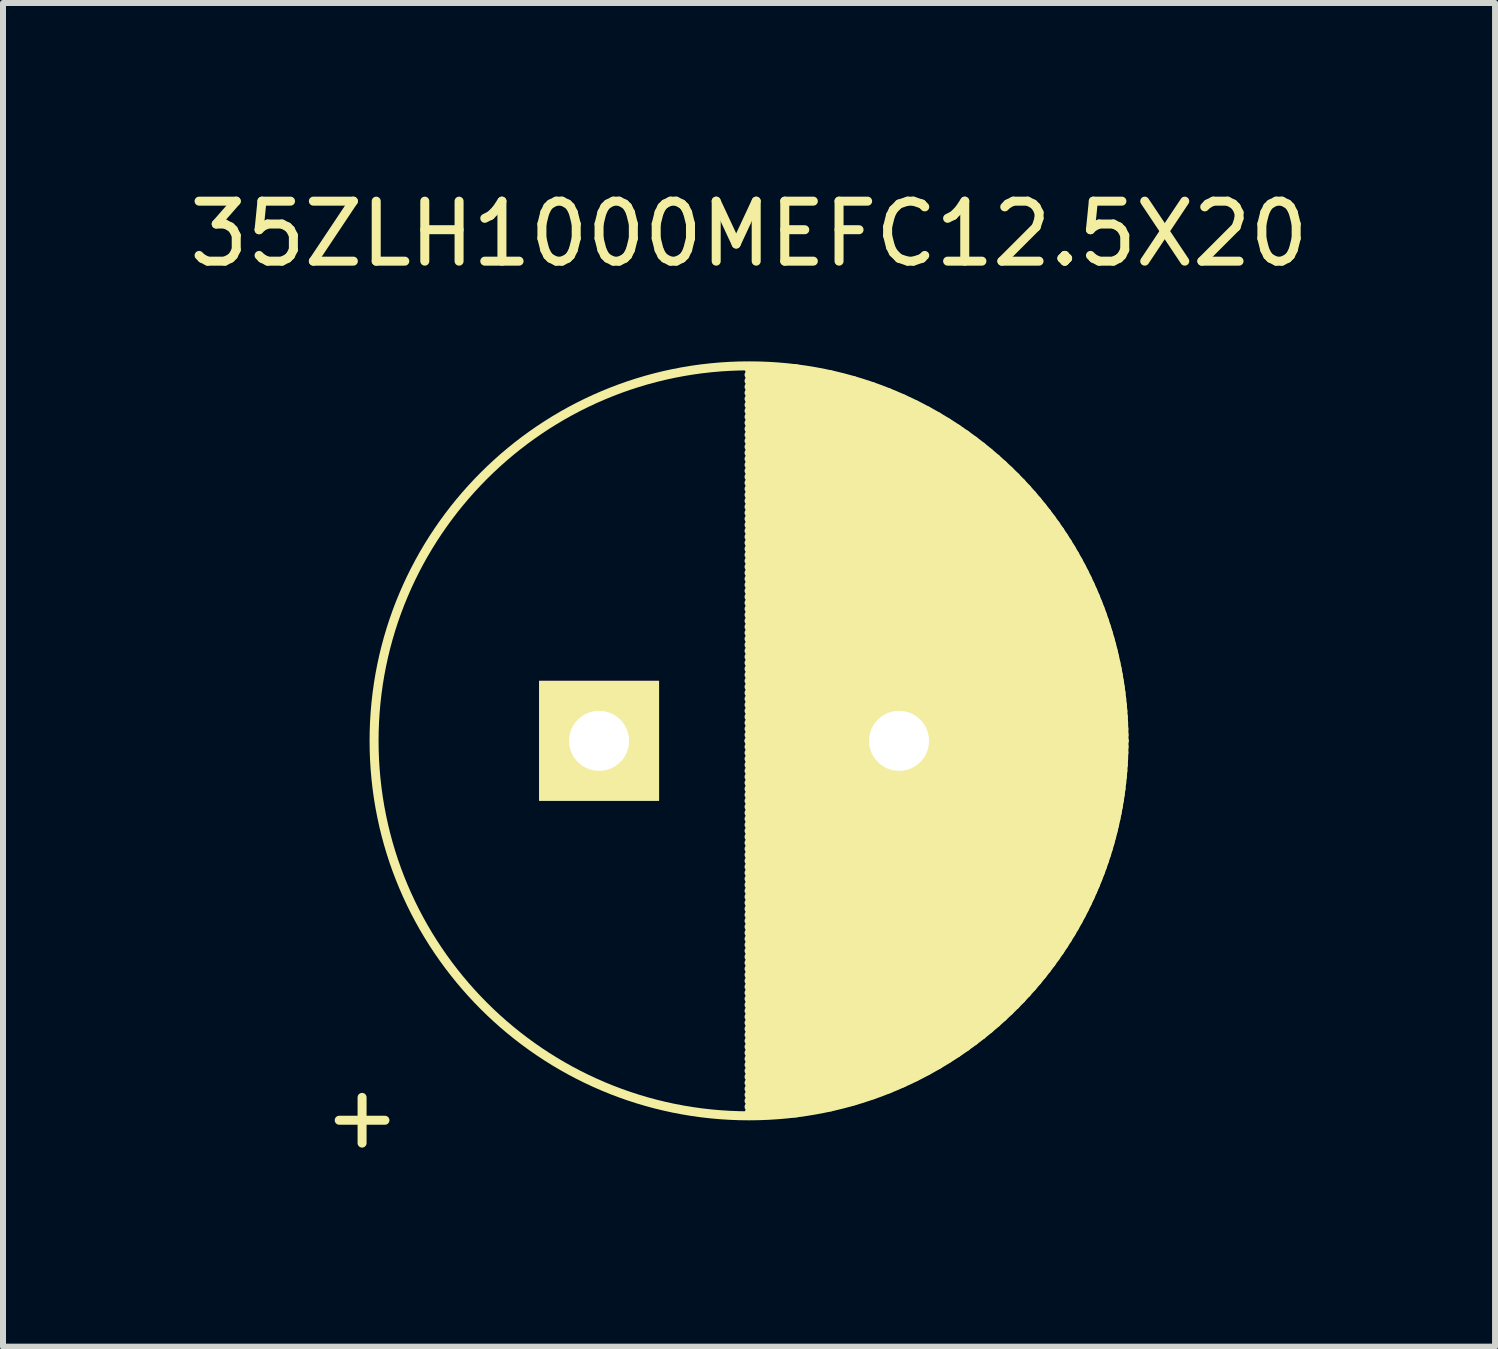
<source format=kicad_pcb>
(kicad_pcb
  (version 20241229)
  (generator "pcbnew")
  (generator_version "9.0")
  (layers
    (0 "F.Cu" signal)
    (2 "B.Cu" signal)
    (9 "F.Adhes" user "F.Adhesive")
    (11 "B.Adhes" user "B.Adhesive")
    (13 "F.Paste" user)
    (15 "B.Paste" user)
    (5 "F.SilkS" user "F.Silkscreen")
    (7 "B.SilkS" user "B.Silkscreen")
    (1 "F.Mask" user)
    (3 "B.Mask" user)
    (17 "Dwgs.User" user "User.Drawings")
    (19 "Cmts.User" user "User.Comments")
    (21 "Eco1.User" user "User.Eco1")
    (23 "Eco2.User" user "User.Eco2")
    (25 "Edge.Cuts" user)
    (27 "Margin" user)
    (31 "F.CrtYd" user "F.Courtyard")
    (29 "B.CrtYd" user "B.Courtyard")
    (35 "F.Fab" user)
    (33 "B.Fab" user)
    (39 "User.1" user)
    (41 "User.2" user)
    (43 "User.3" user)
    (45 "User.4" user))
  (footprint "35ZLH1000MEFC12.5X20"
    (layer "F.Cu")
    (at 6.935 9.298)
    (property "Reference" "35ZLH1000MEFC12.5X20" (at 2.5 -8.45 0) (layer "F.SilkS") (effects (font (size 1 1) (thickness 0.15))))
    (attr through_hole)
    (fp_line (start 2.5 -6.2) (end 3.289 -6.2) (stroke (width 0.15) (type solid)) (layer "F.SilkS"))
    (fp_line (start 2.5 -6.1) (end 3.861 -6.1) (stroke (width 0.15) (type solid)) (layer "F.SilkS"))
    (fp_line (start 2.5 -6) (end 4.25 -6) (stroke (width 0.15) (type solid)) (layer "F.SilkS"))
    (fp_line (start 2.5 -5.9) (end 4.562 -5.9) (stroke (width 0.15) (type solid)) (layer "F.SilkS"))
    (fp_line (start 2.5 -5.8) (end 4.829 -5.8) (stroke (width 0.15) (type solid)) (layer "F.SilkS"))
    (fp_line (start 2.5 -5.7) (end 5.064 -5.7) (stroke (width 0.15) (type solid)) (layer "F.SilkS"))
    (fp_line (start 2.5 -5.6) (end 5.275 -5.6) (stroke (width 0.15) (type solid)) (layer "F.SilkS"))
    (fp_line (start 2.5 -5.5) (end 5.469 -5.5) (stroke (width 0.15) (type solid)) (layer "F.SilkS"))
    (fp_line (start 2.5 -5.4) (end 5.647 -5.4) (stroke (width 0.15) (type solid)) (layer "F.SilkS"))
    (fp_line (start 2.5 -5.3) (end 5.812 -5.3) (stroke (width 0.15) (type solid)) (layer "F.SilkS"))
    (fp_line (start 2.5 -5.2) (end 5.967 -5.2) (stroke (width 0.15) (type solid)) (layer "F.SilkS"))
    (fp_line (start 2.5 -5.1) (end 6.113 -5.1) (stroke (width 0.15) (type solid)) (layer "F.SilkS"))
    (fp_line (start 2.5 -5) (end 6.25 -5) (stroke (width 0.15) (type solid)) (layer "F.SilkS"))
    (fp_line (start 2.5 -4.9) (end 6.38 -4.9) (stroke (width 0.15) (type solid)) (layer "F.SilkS"))
    (fp_line (start 2.5 -4.8) (end 6.503 -4.8) (stroke (width 0.15) (type solid)) (layer "F.SilkS"))
    (fp_line (start 2.5 -4.7) (end 6.62 -4.7) (stroke (width 0.15) (type solid)) (layer "F.SilkS"))
    (fp_line (start 2.5 -4.6) (end 6.731 -4.6) (stroke (width 0.15) (type solid)) (layer "F.SilkS"))
    (fp_line (start 2.5 -4.5) (end 6.837 -4.5) (stroke (width 0.15) (type solid)) (layer "F.SilkS"))
    (fp_line (start 2.5 -4.4) (end 6.939 -4.4) (stroke (width 0.15) (type solid)) (layer "F.SilkS"))
    (fp_line (start 2.5 -4.3) (end 7.036 -4.3) (stroke (width 0.15) (type solid)) (layer "F.SilkS"))
    (fp_line (start 2.5 -4.2) (end 7.128 -4.2) (stroke (width 0.15) (type solid)) (layer "F.SilkS"))
    (fp_line (start 2.5 -4.1) (end 7.217 -4.1) (stroke (width 0.15) (type solid)) (layer "F.SilkS"))
    (fp_line (start 2.5 -4) (end 7.302 -4) (stroke (width 0.15) (type solid)) (layer "F.SilkS"))
    (fp_line (start 2.5 -3.9) (end 7.384 -3.9) (stroke (width 0.15) (type solid)) (layer "F.SilkS"))
    (fp_line (start 2.5 -3.8) (end 7.462 -3.8) (stroke (width 0.15) (type solid)) (layer "F.SilkS"))
    (fp_line (start 2.5 -3.7) (end 7.537 -3.7) (stroke (width 0.15) (type solid)) (layer "F.SilkS"))
    (fp_line (start 2.5 -3.6) (end 7.609 -3.6) (stroke (width 0.15) (type solid)) (layer "F.SilkS"))
    (fp_line (start 2.5 -3.5) (end 7.678 -3.5) (stroke (width 0.15) (type solid)) (layer "F.SilkS"))
    (fp_line (start 2.5 -3.4) (end 7.744 -3.4) (stroke (width 0.15) (type solid)) (layer "F.SilkS"))
    (fp_line (start 2.5 -3.3) (end 7.808 -3.3) (stroke (width 0.15) (type solid)) (layer "F.SilkS"))
    (fp_line (start 2.5 -3.2) (end 7.869 -3.2) (stroke (width 0.15) (type solid)) (layer "F.SilkS"))
    (fp_line (start 2.5 -3.1) (end 7.927 -3.1) (stroke (width 0.15) (type solid)) (layer "F.SilkS"))
    (fp_line (start 2.5 -3) (end 7.983 -3) (stroke (width 0.15) (type solid)) (layer "F.SilkS"))
    (fp_line (start 2.5 -2.9) (end 8.036 -2.9) (stroke (width 0.15) (type solid)) (layer "F.SilkS"))
    (fp_line (start 2.5 -2.8) (end 8.088 -2.8) (stroke (width 0.15) (type solid)) (layer "F.SilkS"))
    (fp_line (start 2.5 -2.7) (end 8.137 -2.7) (stroke (width 0.15) (type solid)) (layer "F.SilkS"))
    (fp_line (start 2.5 -2.6) (end 8.184 -2.6) (stroke (width 0.15) (type solid)) (layer "F.SilkS"))
    (fp_line (start 2.5 -2.5) (end 8.228 -2.5) (stroke (width 0.15) (type solid)) (layer "F.SilkS"))
    (fp_line (start 2.5 -2.4) (end 8.271 -2.4) (stroke (width 0.15) (type solid)) (layer "F.SilkS"))
    (fp_line (start 2.5 -2.3) (end 8.311 -2.3) (stroke (width 0.15) (type solid)) (layer "F.SilkS"))
    (fp_line (start 2.5 -2.2) (end 8.35 -2.2) (stroke (width 0.15) (type solid)) (layer "F.SilkS"))
    (fp_line (start 2.5 -2.1) (end 8.387 -2.1) (stroke (width 0.15) (type solid)) (layer "F.SilkS"))
    (fp_line (start 2.5 -2) (end 8.421 -2) (stroke (width 0.15) (type solid)) (layer "F.SilkS"))
    (fp_line (start 2.5 -1.9) (end 8.454 -1.9) (stroke (width 0.15) (type solid)) (layer "F.SilkS"))
    (fp_line (start 2.5 -1.8) (end 8.485 -1.8) (stroke (width 0.15) (type solid)) (layer "F.SilkS"))
    (fp_line (start 2.5 -1.7) (end 8.514 -1.7) (stroke (width 0.15) (type solid)) (layer "F.SilkS"))
    (fp_line (start 2.5 -1.6) (end 8.542 -1.6) (stroke (width 0.15) (type solid)) (layer "F.SilkS"))
    (fp_line (start 2.5 -1.5) (end 8.567 -1.5) (stroke (width 0.15) (type solid)) (layer "F.SilkS"))
    (fp_line (start 2.5 -1.4) (end 8.591 -1.4) (stroke (width 0.15) (type solid)) (layer "F.SilkS"))
    (fp_line (start 2.5 -1.3) (end 8.613 -1.3) (stroke (width 0.15) (type solid)) (layer "F.SilkS"))
    (fp_line (start 2.5 -1.2) (end 8.634 -1.2) (stroke (width 0.15) (type solid)) (layer "F.SilkS"))
    (fp_line (start 2.5 -1.1) (end 8.652 -1.1) (stroke (width 0.15) (type solid)) (layer "F.SilkS"))
    (fp_line (start 2.5 -1) (end 8.669 -1) (stroke (width 0.15) (type solid)) (layer "F.SilkS"))
    (fp_line (start 2.5 -0.9) (end 8.685 -0.9) (stroke (width 0.15) (type solid)) (layer "F.SilkS"))
    (fp_line (start 2.5 -0.8) (end 8.699 -0.8) (stroke (width 0.15) (type solid)) (layer "F.SilkS"))
    (fp_line (start 2.5 -0.7) (end 8.711 -0.7) (stroke (width 0.15) (type solid)) (layer "F.SilkS"))
    (fp_line (start 2.5 -0.6) (end 8.721 -0.6) (stroke (width 0.15) (type solid)) (layer "F.SilkS"))
    (fp_line (start 2.5 -0.5) (end 8.73 -0.5) (stroke (width 0.15) (type solid)) (layer "F.SilkS"))
    (fp_line (start 2.5 -0.4) (end 8.737 -0.4) (stroke (width 0.15) (type solid)) (layer "F.SilkS"))
    (fp_line (start 2.5 -0.3) (end 8.743 -0.3) (stroke (width 0.15) (type solid)) (layer "F.SilkS"))
    (fp_line (start 2.5 -0.2) (end 8.747 -0.2) (stroke (width 0.15) (type solid)) (layer "F.SilkS"))
    (fp_line (start 2.5 -0.1) (end 8.749 -0.1) (stroke (width 0.15) (type solid)) (layer "F.SilkS"))
    (fp_line (start 2.5 0) (end 8.75 0) (stroke (width 0.15) (type solid)) (layer "F.SilkS"))
    (fp_line (start 2.5 0) (end 8.75 0) (stroke (width 0.15) (type solid)) (layer "F.SilkS"))
    (fp_line (start 2.5 0.1) (end 8.749 0.1) (stroke (width 0.15) (type solid)) (layer "F.SilkS"))
    (fp_line (start 2.5 0.2) (end 8.747 0.2) (stroke (width 0.15) (type solid)) (layer "F.SilkS"))
    (fp_line (start 2.5 0.3) (end 8.743 0.3) (stroke (width 0.15) (type solid)) (layer "F.SilkS"))
    (fp_line (start 2.5 0.4) (end 8.737 0.4) (stroke (width 0.15) (type solid)) (layer "F.SilkS"))
    (fp_line (start 2.5 0.5) (end 8.73 0.5) (stroke (width 0.15) (type solid)) (layer "F.SilkS"))
    (fp_line (start 2.5 0.6) (end 8.721 0.6) (stroke (width 0.15) (type solid)) (layer "F.SilkS"))
    (fp_line (start 2.5 0.7) (end 8.711 0.7) (stroke (width 0.15) (type solid)) (layer "F.SilkS"))
    (fp_line (start 2.5 0.8) (end 8.699 0.8) (stroke (width 0.15) (type solid)) (layer "F.SilkS"))
    (fp_line (start 2.5 0.9) (end 8.685 0.9) (stroke (width 0.15) (type solid)) (layer "F.SilkS"))
    (fp_line (start 2.5 1) (end 8.669 1) (stroke (width 0.15) (type solid)) (layer "F.SilkS"))
    (fp_line (start 2.5 1.1) (end 8.652 1.1) (stroke (width 0.15) (type solid)) (layer "F.SilkS"))
    (fp_line (start 2.5 1.2) (end 8.634 1.2) (stroke (width 0.15) (type solid)) (layer "F.SilkS"))
    (fp_line (start 2.5 1.3) (end 8.613 1.3) (stroke (width 0.15) (type solid)) (layer "F.SilkS"))
    (fp_line (start 2.5 1.4) (end 8.591 1.4) (stroke (width 0.15) (type solid)) (layer "F.SilkS"))
    (fp_line (start 2.5 1.5) (end 8.567 1.5) (stroke (width 0.15) (type solid)) (layer "F.SilkS"))
    (fp_line (start 2.5 1.6) (end 8.542 1.6) (stroke (width 0.15) (type solid)) (layer "F.SilkS"))
    (fp_line (start 2.5 1.7) (end 8.514 1.7) (stroke (width 0.15) (type solid)) (layer "F.SilkS"))
    (fp_line (start 2.5 1.8) (end 8.485 1.8) (stroke (width 0.15) (type solid)) (layer "F.SilkS"))
    (fp_line (start 2.5 1.9) (end 8.454 1.9) (stroke (width 0.15) (type solid)) (layer "F.SilkS"))
    (fp_line (start 2.5 2) (end 8.421 2) (stroke (width 0.15) (type solid)) (layer "F.SilkS"))
    (fp_line (start 2.5 2.1) (end 8.387 2.1) (stroke (width 0.15) (type solid)) (layer "F.SilkS"))
    (fp_line (start 2.5 2.2) (end 8.35 2.2) (stroke (width 0.15) (type solid)) (layer "F.SilkS"))
    (fp_line (start 2.5 2.3) (end 8.311 2.3) (stroke (width 0.15) (type solid)) (layer "F.SilkS"))
    (fp_line (start 2.5 2.4) (end 8.271 2.4) (stroke (width 0.15) (type solid)) (layer "F.SilkS"))
    (fp_line (start 2.5 2.5) (end 8.228 2.5) (stroke (width 0.15) (type solid)) (layer "F.SilkS"))
    (fp_line (start 2.5 2.6) (end 8.184 2.6) (stroke (width 0.15) (type solid)) (layer "F.SilkS"))
    (fp_line (start 2.5 2.7) (end 8.137 2.7) (stroke (width 0.15) (type solid)) (layer "F.SilkS"))
    (fp_line (start 2.5 2.8) (end 8.088 2.8) (stroke (width 0.15) (type solid)) (layer "F.SilkS"))
    (fp_line (start 2.5 2.9) (end 8.036 2.9) (stroke (width 0.15) (type solid)) (layer "F.SilkS"))
    (fp_line (start 2.5 3) (end 7.983 3) (stroke (width 0.15) (type solid)) (layer "F.SilkS"))
    (fp_line (start 2.5 3.1) (end 7.927 3.1) (stroke (width 0.15) (type solid)) (layer "F.SilkS"))
    (fp_line (start 2.5 3.2) (end 7.869 3.2) (stroke (width 0.15) (type solid)) (layer "F.SilkS"))
    (fp_line (start 2.5 3.3) (end 7.808 3.3) (stroke (width 0.15) (type solid)) (layer "F.SilkS"))
    (fp_line (start 2.5 3.4) (end 7.744 3.4) (stroke (width 0.15) (type solid)) (layer "F.SilkS"))
    (fp_line (start 2.5 3.5) (end 7.678 3.5) (stroke (width 0.15) (type solid)) (layer "F.SilkS"))
    (fp_line (start 2.5 3.6) (end 7.609 3.6) (stroke (width 0.15) (type solid)) (layer "F.SilkS"))
    (fp_line (start 2.5 3.7) (end 7.537 3.7) (stroke (width 0.15) (type solid)) (layer "F.SilkS"))
    (fp_line (start 2.5 3.8) (end 7.462 3.8) (stroke (width 0.15) (type solid)) (layer "F.SilkS"))
    (fp_line (start 2.5 3.9) (end 7.384 3.9) (stroke (width 0.15) (type solid)) (layer "F.SilkS"))
    (fp_line (start 2.5 4) (end 7.302 4) (stroke (width 0.15) (type solid)) (layer "F.SilkS"))
    (fp_line (start 2.5 4.1) (end 7.217 4.1) (stroke (width 0.15) (type solid)) (layer "F.SilkS"))
    (fp_line (start 2.5 4.2) (end 7.128 4.2) (stroke (width 0.15) (type solid)) (layer "F.SilkS"))
    (fp_line (start 2.5 4.3) (end 7.036 4.3) (stroke (width 0.15) (type solid)) (layer "F.SilkS"))
    (fp_line (start 2.5 4.4) (end 6.939 4.4) (stroke (width 0.15) (type solid)) (layer "F.SilkS"))
    (fp_line (start 2.5 4.5) (end 6.837 4.5) (stroke (width 0.15) (type solid)) (layer "F.SilkS"))
    (fp_line (start 2.5 4.6) (end 6.731 4.6) (stroke (width 0.15) (type solid)) (layer "F.SilkS"))
    (fp_line (start 2.5 4.7) (end 6.62 4.7) (stroke (width 0.15) (type solid)) (layer "F.SilkS"))
    (fp_line (start 2.5 4.8) (end 6.503 4.8) (stroke (width 0.15) (type solid)) (layer "F.SilkS"))
    (fp_line (start 2.5 4.9) (end 6.38 4.9) (stroke (width 0.15) (type solid)) (layer "F.SilkS"))
    (fp_line (start 2.5 5) (end 6.25 5) (stroke (width 0.15) (type solid)) (layer "F.SilkS"))
    (fp_line (start 2.5 5.1) (end 6.113 5.1) (stroke (width 0.15) (type solid)) (layer "F.SilkS"))
    (fp_line (start 2.5 5.2) (end 5.967 5.2) (stroke (width 0.15) (type solid)) (layer "F.SilkS"))
    (fp_line (start 2.5 5.3) (end 5.812 5.3) (stroke (width 0.15) (type solid)) (layer "F.SilkS"))
    (fp_line (start 2.5 5.4) (end 5.647 5.4) (stroke (width 0.15) (type solid)) (layer "F.SilkS"))
    (fp_line (start 2.5 5.5) (end 5.469 5.5) (stroke (width 0.15) (type solid)) (layer "F.SilkS"))
    (fp_line (start 2.5 5.6) (end 5.275 5.6) (stroke (width 0.15) (type solid)) (layer "F.SilkS"))
    (fp_line (start 2.5 5.7) (end 5.064 5.7) (stroke (width 0.15) (type solid)) (layer "F.SilkS"))
    (fp_line (start 2.5 5.8) (end 4.829 5.8) (stroke (width 0.15) (type solid)) (layer "F.SilkS"))
    (fp_line (start 2.5 5.9) (end 4.562 5.9) (stroke (width 0.15) (type solid)) (layer "F.SilkS"))
    (fp_line (start 2.5 6) (end 4.25 6) (stroke (width 0.15) (type solid)) (layer "F.SilkS"))
    (fp_line (start 2.5 6.1) (end 3.861 6.1) (stroke (width 0.15) (type solid)) (layer "F.SilkS"))
    (fp_line (start 2.5 6.2) (end 3.289 6.2) (stroke (width 0.15) (type solid)) (layer "F.SilkS"))
    (fp_circle (center 2.5 0) (end 2.5 -6.25) (stroke (width 0.15) (type solid)) (fill no) (layer "F.SilkS"))
    (fp_text user "+" (at -3.95 6.25 0) (layer "F.SilkS") (effects (font (size 1 1) (thickness 0.15))))
    (pad "1" thru_hole rect (at 0 0) (size 2 2) (drill 1) (layers "*.Cu" "*.Mask" "F.SilkS"))
    (pad "2" thru_hole circle (at 5 0) (size 2 2) (drill 1) (layers "*.Cu" "*.Mask" "F.SilkS")))
  (gr_rect
    (start -3 -3)
    (end 21.869 19.396)
    (stroke (width 0.1) (type default))
    (fill no)
    (layer "Edge.Cuts")))
</source>
